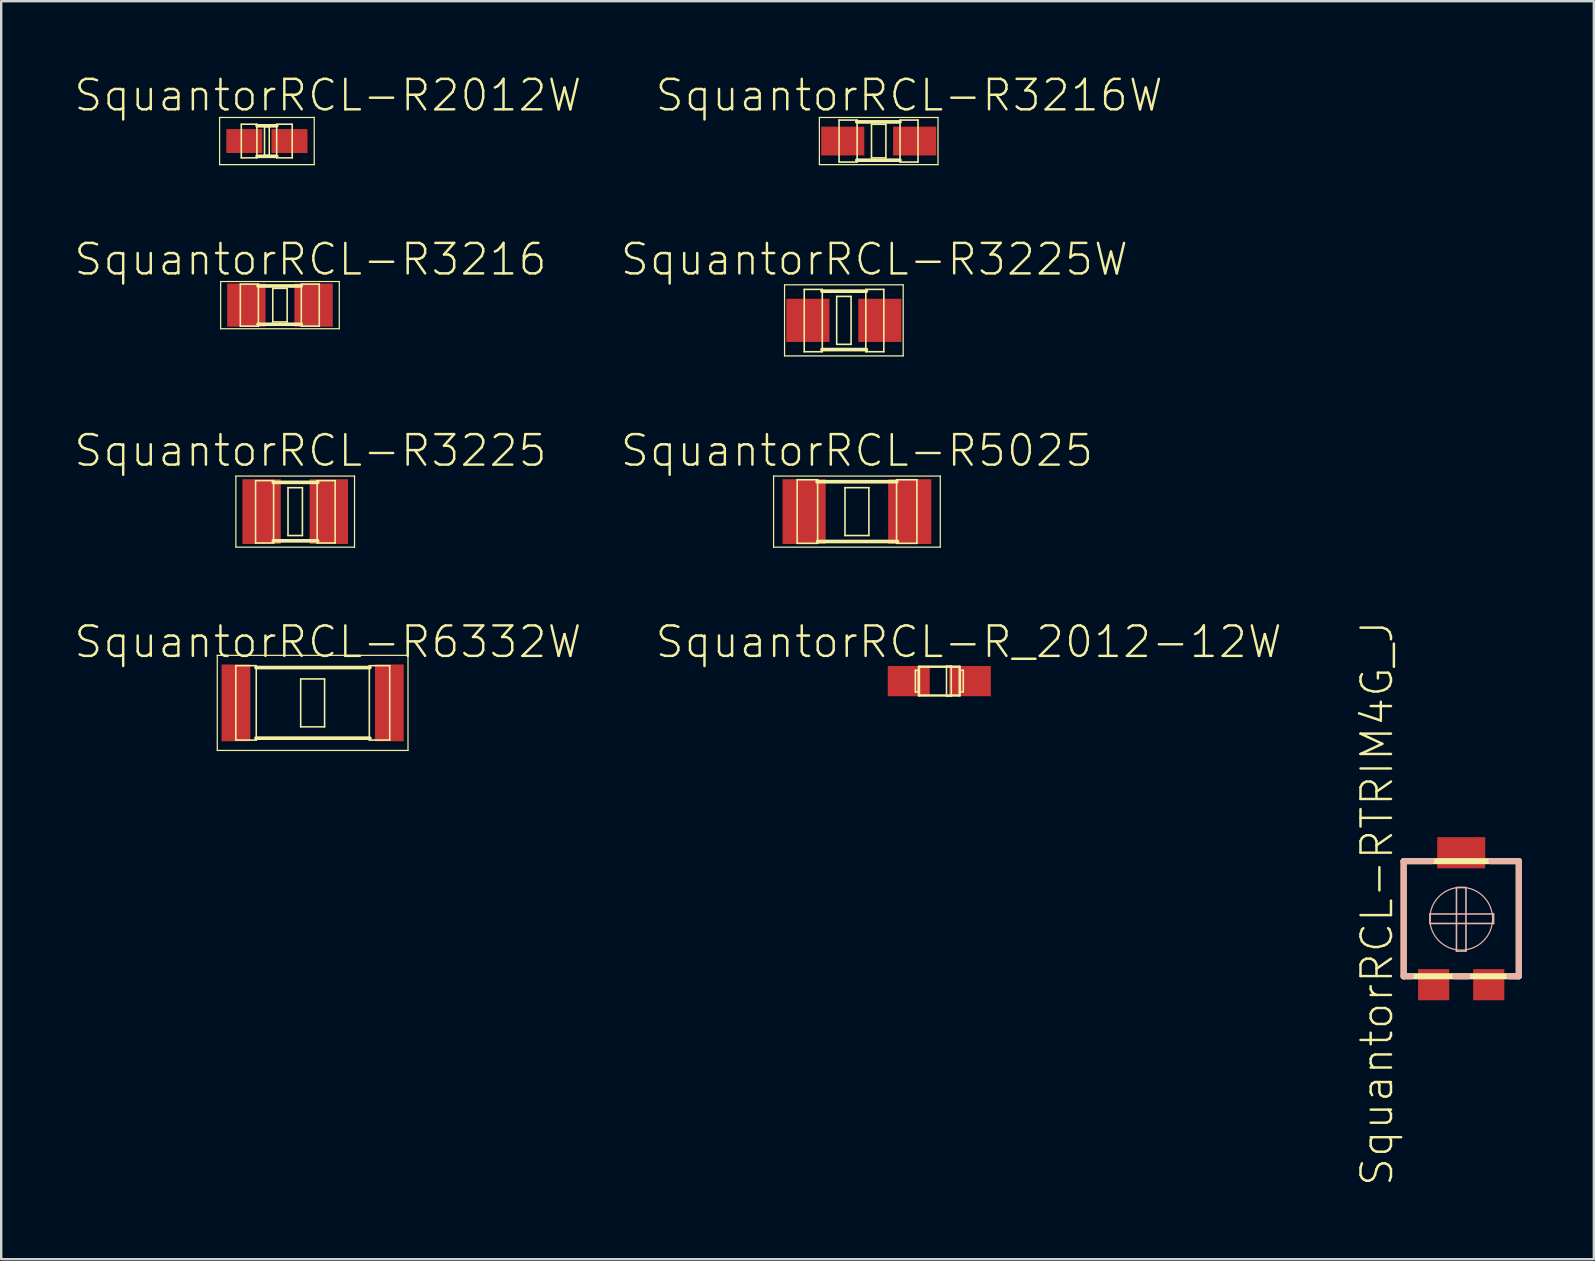
<source format=kicad_pcb>
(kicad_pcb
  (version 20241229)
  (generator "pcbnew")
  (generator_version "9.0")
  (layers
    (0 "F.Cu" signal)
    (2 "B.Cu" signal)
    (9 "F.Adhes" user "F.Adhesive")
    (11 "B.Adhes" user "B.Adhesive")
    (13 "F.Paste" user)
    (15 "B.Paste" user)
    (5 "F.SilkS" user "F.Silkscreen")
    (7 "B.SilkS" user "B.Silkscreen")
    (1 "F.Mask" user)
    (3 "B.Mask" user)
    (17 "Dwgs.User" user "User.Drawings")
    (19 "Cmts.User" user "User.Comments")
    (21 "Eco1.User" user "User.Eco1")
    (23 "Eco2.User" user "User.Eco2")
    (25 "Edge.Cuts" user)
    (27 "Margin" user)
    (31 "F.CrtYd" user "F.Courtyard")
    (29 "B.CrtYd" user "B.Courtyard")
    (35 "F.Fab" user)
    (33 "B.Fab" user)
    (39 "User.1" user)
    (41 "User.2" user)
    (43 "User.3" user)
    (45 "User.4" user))
  (footprint "SquantorRCL-R3216W"
    (layer "F.Cu")
    (at 33.556 2.826)
    (property "Reference" "SquantorRCL-R3216W" (at 1.27 -1.905 0) (layer "F.SilkS") (effects (font (size 1.27 1.27) (thickness 0.102))))
    (attr smd)
    (fp_line (start -2.471 -0.983) (end 2.471 -0.983) (stroke (width 0.051) (type solid)) (layer "F.SilkS"))
    (fp_line (start -2.471 0.983) (end -2.471 -0.983) (stroke (width 0.051) (type solid)) (layer "F.SilkS"))
    (fp_line (start -1.651 -0.874) (end -0.899 -0.874) (stroke (width 0.066) (type solid)) (layer "F.SilkS"))
    (fp_line (start -1.651 0.876) (end -1.651 -0.874) (stroke (width 0.066) (type solid)) (layer "F.SilkS"))
    (fp_line (start -1.651 0.876) (end -0.899 0.876) (stroke (width 0.066) (type solid)) (layer "F.SilkS"))
    (fp_line (start -0.912 -0.798) (end 0.886 -0.798) (stroke (width 0.152) (type solid)) (layer "F.SilkS"))
    (fp_line (start -0.912 0.798) (end 0.886 0.798) (stroke (width 0.152) (type solid)) (layer "F.SilkS"))
    (fp_line (start -0.899 0.876) (end -0.899 -0.874) (stroke (width 0.066) (type solid)) (layer "F.SilkS"))
    (fp_line (start -0.3 -0.699) (end 0.3 -0.699) (stroke (width 0.066) (type solid)) (layer "F.SilkS"))
    (fp_line (start -0.3 0.699) (end -0.3 -0.699) (stroke (width 0.066) (type solid)) (layer "F.SilkS"))
    (fp_line (start -0.3 0.699) (end 0.3 0.699) (stroke (width 0.066) (type solid)) (layer "F.SilkS"))
    (fp_line (start 0.3 0.699) (end 0.3 -0.699) (stroke (width 0.066) (type solid)) (layer "F.SilkS"))
    (fp_line (start 0.889 -0.874) (end 1.638 -0.874) (stroke (width 0.066) (type solid)) (layer "F.SilkS"))
    (fp_line (start 0.889 0.876) (end 0.889 -0.874) (stroke (width 0.066) (type solid)) (layer "F.SilkS"))
    (fp_line (start 0.889 0.876) (end 1.638 0.876) (stroke (width 0.066) (type solid)) (layer "F.SilkS"))
    (fp_line (start 1.638 0.876) (end 1.638 -0.874) (stroke (width 0.066) (type solid)) (layer "F.SilkS"))
    (fp_line (start 2.471 -0.983) (end 2.471 0.983) (stroke (width 0.051) (type solid)) (layer "F.SilkS"))
    (fp_line (start 2.471 0.983) (end -2.471 0.983) (stroke (width 0.051) (type solid)) (layer "F.SilkS"))
    (pad "1" smd rect (at -1.499 0) (size 1.798 1.199) (layers "F.Cu" "F.Mask" "F.Paste"))
    (pad "2" smd rect (at 1.499 0) (size 1.798 1.199) (layers "F.Cu" "F.Mask" "F.Paste")))
  (footprint "SquantorRCL-R5025"
    (layer "F.Cu")
    (at 32.649 18.263)
    (property "Reference" "SquantorRCL-R5025" (at 0 -2.54 0) (layer "F.SilkS") (effects (font (size 1.27 1.27) (thickness 0.102))))
    (attr smd)
    (fp_line (start -3.472 -1.481) (end 3.472 -1.481) (stroke (width 0.051) (type solid)) (layer "F.SilkS"))
    (fp_line (start -3.472 1.481) (end -3.472 -1.481) (stroke (width 0.051) (type solid)) (layer "F.SilkS"))
    (fp_line (start -2.489 -1.328) (end -1.638 -1.328) (stroke (width 0.066) (type solid)) (layer "F.SilkS"))
    (fp_line (start -2.489 1.321) (end -2.489 -1.328) (stroke (width 0.066) (type solid)) (layer "F.SilkS"))
    (fp_line (start -2.489 1.321) (end -1.638 1.321) (stroke (width 0.066) (type solid)) (layer "F.SilkS"))
    (fp_line (start -1.661 -1.245) (end 1.661 -1.245) (stroke (width 0.152) (type solid)) (layer "F.SilkS"))
    (fp_line (start -1.638 1.321) (end -1.638 -1.328) (stroke (width 0.066) (type solid)) (layer "F.SilkS"))
    (fp_line (start -1.636 1.245) (end 1.687 1.245) (stroke (width 0.152) (type solid)) (layer "F.SilkS"))
    (fp_line (start -0.498 -0.998) (end 0.498 -0.998) (stroke (width 0.066) (type solid)) (layer "F.SilkS"))
    (fp_line (start -0.498 0.998) (end -0.498 -0.998) (stroke (width 0.066) (type solid)) (layer "F.SilkS"))
    (fp_line (start -0.498 0.998) (end 0.498 0.998) (stroke (width 0.066) (type solid)) (layer "F.SilkS"))
    (fp_line (start 0.498 0.998) (end 0.498 -0.998) (stroke (width 0.066) (type solid)) (layer "F.SilkS"))
    (fp_line (start 1.651 -1.328) (end 2.499 -1.328) (stroke (width 0.066) (type solid)) (layer "F.SilkS"))
    (fp_line (start 1.651 1.321) (end 1.651 -1.328) (stroke (width 0.066) (type solid)) (layer "F.SilkS"))
    (fp_line (start 1.651 1.321) (end 2.499 1.321) (stroke (width 0.066) (type solid)) (layer "F.SilkS"))
    (fp_line (start 2.499 1.321) (end 2.499 -1.328) (stroke (width 0.066) (type solid)) (layer "F.SilkS"))
    (fp_line (start 3.472 -1.481) (end 3.472 1.481) (stroke (width 0.051) (type solid)) (layer "F.SilkS"))
    (fp_line (start 3.472 1.481) (end -3.472 1.481) (stroke (width 0.051) (type solid)) (layer "F.SilkS"))
    (pad "1" smd rect (at -2.2 0) (size 1.798 2.697) (layers "F.Cu" "F.Mask" "F.Paste"))
    (pad "2" smd rect (at 2.2 0) (size 1.798 2.697) (layers "F.Cu" "F.Mask" "F.Paste")))
  (footprint "SquantorRCL-R_2012-12W"
    (layer "F.Cu")
    (at 36.081 25.324)
    (property "Reference" "SquantorRCL-R_2012-12W" (at 1.224 -1.633 0) (layer "F.SilkS") (effects (font (size 1.27 1.27) (thickness 0.102))))
    (attr smd)
    (fp_line (start -0.998 -0.45) (end -0.874 -0.45) (stroke (width 0.066) (type solid)) (layer "F.SilkS"))
    (fp_line (start -0.998 0.45) (end -0.998 -0.45) (stroke (width 0.066) (type solid)) (layer "F.SilkS"))
    (fp_line (start -0.998 0.45) (end -0.874 0.45) (stroke (width 0.066) (type solid)) (layer "F.SilkS"))
    (fp_line (start -0.874 0.45) (end -0.874 -0.45) (stroke (width 0.066) (type solid)) (layer "F.SilkS"))
    (fp_line (start -0.848 -0.599) (end 0.848 -0.599) (stroke (width 0.102) (type solid)) (layer "F.SilkS"))
    (fp_line (start -0.848 0.599) (end -0.848 -0.599) (stroke (width 0.102) (type solid)) (layer "F.SilkS"))
    (fp_line (start 0.3 -0.625) (end 0.498 -0.625) (stroke (width 0.066) (type solid)) (layer "F.SilkS"))
    (fp_line (start 0.3 0.625) (end 0.3 -0.625) (stroke (width 0.066) (type solid)) (layer "F.SilkS"))
    (fp_line (start 0.3 0.625) (end 0.498 0.625) (stroke (width 0.066) (type solid)) (layer "F.SilkS"))
    (fp_line (start 0.498 0.625) (end 0.498 -0.625) (stroke (width 0.066) (type solid)) (layer "F.SilkS"))
    (fp_line (start 0.848 -0.599) (end 0.848 0.599) (stroke (width 0.102) (type solid)) (layer "F.SilkS"))
    (fp_line (start 0.848 0.599) (end -0.848 0.599) (stroke (width 0.102) (type solid)) (layer "F.SilkS"))
    (fp_line (start 0.874 -0.45) (end 0.998 -0.45) (stroke (width 0.066) (type solid)) (layer "F.SilkS"))
    (fp_line (start 0.874 0.45) (end 0.874 -0.45) (stroke (width 0.066) (type solid)) (layer "F.SilkS"))
    (fp_line (start 0.874 0.45) (end 0.998 0.45) (stroke (width 0.066) (type solid)) (layer "F.SilkS"))
    (fp_line (start 0.998 0.45) (end 0.998 -0.45) (stroke (width 0.066) (type solid)) (layer "F.SilkS"))
    (pad "+" smd rect (at 1.273 0) (size 1.748 1.26) (layers "F.Cu" "F.Mask" "F.Paste"))
    (pad "-" smd rect (at -1.273 0) (size 1.748 1.26) (layers "F.Cu" "F.Mask" "F.Paste")))
  (footprint "SquantorRCL-R6332W"
    (layer "F.Cu")
    (at 9.974 26.231)
    (property "Reference" "SquantorRCL-R6332W" (at 0.635 -2.54 0) (layer "F.SilkS") (effects (font (size 1.27 1.27) (thickness 0.102))))
    (attr smd)
    (fp_line (start -3.973 -1.981) (end 3.973 -1.981) (stroke (width 0.051) (type solid)) (layer "F.SilkS"))
    (fp_line (start -3.973 1.981) (end -3.973 -1.981) (stroke (width 0.051) (type solid)) (layer "F.SilkS"))
    (fp_line (start -3.2 -1.549) (end -2.349 -1.549) (stroke (width 0.066) (type solid)) (layer "F.SilkS"))
    (fp_line (start -3.2 1.549) (end -3.2 -1.549) (stroke (width 0.066) (type solid)) (layer "F.SilkS"))
    (fp_line (start -3.2 1.549) (end -2.349 1.549) (stroke (width 0.066) (type solid)) (layer "F.SilkS"))
    (fp_line (start -2.36 -1.471) (end 2.385 -1.471) (stroke (width 0.152) (type solid)) (layer "F.SilkS"))
    (fp_line (start -2.36 1.471) (end 2.385 1.471) (stroke (width 0.152) (type solid)) (layer "F.SilkS"))
    (fp_line (start -2.349 1.549) (end -2.349 -1.549) (stroke (width 0.066) (type solid)) (layer "F.SilkS"))
    (fp_line (start -0.498 -0.998) (end 0.498 -0.998) (stroke (width 0.066) (type solid)) (layer "F.SilkS"))
    (fp_line (start -0.498 0.998) (end -0.498 -0.998) (stroke (width 0.066) (type solid)) (layer "F.SilkS"))
    (fp_line (start -0.498 0.998) (end 0.498 0.998) (stroke (width 0.066) (type solid)) (layer "F.SilkS"))
    (fp_line (start 0.498 0.998) (end 0.498 -0.998) (stroke (width 0.066) (type solid)) (layer "F.SilkS"))
    (fp_line (start 2.362 -1.549) (end 3.211 -1.549) (stroke (width 0.066) (type solid)) (layer "F.SilkS"))
    (fp_line (start 2.362 1.549) (end 2.362 -1.549) (stroke (width 0.066) (type solid)) (layer "F.SilkS"))
    (fp_line (start 2.362 1.549) (end 3.211 1.549) (stroke (width 0.066) (type solid)) (layer "F.SilkS"))
    (fp_line (start 3.211 1.549) (end 3.211 -1.549) (stroke (width 0.066) (type solid)) (layer "F.SilkS"))
    (fp_line (start 3.973 -1.981) (end 3.973 1.981) (stroke (width 0.051) (type solid)) (layer "F.SilkS"))
    (fp_line (start 3.973 1.981) (end -3.973 1.981) (stroke (width 0.051) (type solid)) (layer "F.SilkS"))
    (pad "1" smd rect (at -3.195 0) (size 1.199 3.198) (layers "F.Cu" "F.Mask" "F.Paste"))
    (pad "2" smd rect (at 3.195 0) (size 1.199 3.198) (layers "F.Cu" "F.Mask" "F.Paste")))
  (footprint "SquantorRCL-R3225"
    (layer "F.Cu")
    (at 9.248 18.263)
    (property "Reference" "SquantorRCL-R3225" (at 0.635 -2.54 0) (layer "F.SilkS") (effects (font (size 1.27 1.27) (thickness 0.102))))
    (attr smd)
    (fp_line (start -2.471 -1.481) (end 2.471 -1.481) (stroke (width 0.051) (type solid)) (layer "F.SilkS"))
    (fp_line (start -2.471 1.481) (end -2.471 -1.481) (stroke (width 0.051) (type solid)) (layer "F.SilkS"))
    (fp_line (start -1.651 -1.29) (end -0.899 -1.29) (stroke (width 0.066) (type solid)) (layer "F.SilkS"))
    (fp_line (start -1.651 1.308) (end -1.651 -1.29) (stroke (width 0.066) (type solid)) (layer "F.SilkS"))
    (fp_line (start -1.651 1.308) (end -0.899 1.308) (stroke (width 0.066) (type solid)) (layer "F.SilkS"))
    (fp_line (start -0.912 -1.217) (end 0.937 -1.217) (stroke (width 0.152) (type solid)) (layer "F.SilkS"))
    (fp_line (start -0.912 1.217) (end 0.937 1.217) (stroke (width 0.152) (type solid)) (layer "F.SilkS"))
    (fp_line (start -0.899 1.308) (end -0.899 -1.29) (stroke (width 0.066) (type solid)) (layer "F.SilkS"))
    (fp_line (start -0.3 -0.998) (end 0.3 -0.998) (stroke (width 0.066) (type solid)) (layer "F.SilkS"))
    (fp_line (start -0.3 0.998) (end -0.3 -0.998) (stroke (width 0.066) (type solid)) (layer "F.SilkS"))
    (fp_line (start -0.3 0.998) (end 0.3 0.998) (stroke (width 0.066) (type solid)) (layer "F.SilkS"))
    (fp_line (start 0.3 0.998) (end 0.3 -0.998) (stroke (width 0.066) (type solid)) (layer "F.SilkS"))
    (fp_line (start 0.914 -1.29) (end 1.664 -1.29) (stroke (width 0.066) (type solid)) (layer "F.SilkS"))
    (fp_line (start 0.914 1.308) (end 0.914 -1.29) (stroke (width 0.066) (type solid)) (layer "F.SilkS"))
    (fp_line (start 0.914 1.308) (end 1.664 1.308) (stroke (width 0.066) (type solid)) (layer "F.SilkS"))
    (fp_line (start 1.664 1.308) (end 1.664 -1.29) (stroke (width 0.066) (type solid)) (layer "F.SilkS"))
    (fp_line (start 2.471 -1.481) (end 2.471 1.481) (stroke (width 0.051) (type solid)) (layer "F.SilkS"))
    (fp_line (start 2.471 1.481) (end -2.471 1.481) (stroke (width 0.051) (type solid)) (layer "F.SilkS"))
    (pad "1" smd rect (at -1.4 0) (size 1.598 2.697) (layers "F.Cu" "F.Mask" "F.Paste"))
    (pad "2" smd rect (at 1.4 0) (size 1.598 2.697) (layers "F.Cu" "F.Mask" "F.Paste")))
  (footprint "SquantorRCL-RTRIM4G_J"
    (layer "F.Cu")
    (at 57.823 35.223)
    (property "Reference" "SquantorRCL-RTRIM4G_J" (at -3.508 -0.635 90) (layer "F.SilkS") (effects (font (size 1.27 1.27) (thickness 0.102))))
    (attr smd)
    (fp_line (start -2.398 -2.398) (end -2.398 2.398) (stroke (width 0.254) (type solid)) (layer "F.SilkS"))
    (fp_line (start -2.398 2.398) (end 2.398 2.398) (stroke (width 0.254) (type solid)) (layer "F.SilkS"))
    (fp_line (start 2.398 -2.398) (end -2.398 -2.398) (stroke (width 0.254) (type solid)) (layer "F.SilkS"))
    (fp_line (start 2.398 2.398) (end 2.398 -2.398) (stroke (width 0.254) (type solid)) (layer "F.SilkS"))
    (fp_line (start -2.398 -2.398) (end -1.25 -2.398) (stroke (width 0.254) (type solid)) (layer "B.SilkS"))
    (fp_line (start -2.398 2.398) (end -2.398 -2.398) (stroke (width 0.254) (type solid)) (layer "B.SilkS"))
    (fp_line (start -2.098 2.398) (end -2.398 2.398) (stroke (width 0.254) (type solid)) (layer "B.SilkS"))
    (fp_line (start -1.298 -0.198) (end 1.349 -0.198) (stroke (width 0.066) (type solid)) (layer "B.SilkS"))
    (fp_line (start -1.298 0.198) (end -1.298 -0.198) (stroke (width 0.066) (type solid)) (layer "B.SilkS"))
    (fp_line (start -1.298 0.198) (end 1.349 0.198) (stroke (width 0.066) (type solid)) (layer "B.SilkS"))
    (fp_line (start -0.249 2.398) (end 0.249 2.398) (stroke (width 0.254) (type solid)) (layer "B.SilkS"))
    (fp_line (start -0.198 -1.298) (end 0.198 -1.298) (stroke (width 0.066) (type solid)) (layer "B.SilkS"))
    (fp_line (start -0.198 1.349) (end -0.198 -1.298) (stroke (width 0.066) (type solid)) (layer "B.SilkS"))
    (fp_line (start -0.198 1.349) (end 0.198 1.349) (stroke (width 0.066) (type solid)) (layer "B.SilkS"))
    (fp_line (start 0.198 1.349) (end 0.198 -1.298) (stroke (width 0.066) (type solid)) (layer "B.SilkS"))
    (fp_line (start 1.349 0.198) (end 1.349 -0.198) (stroke (width 0.066) (type solid)) (layer "B.SilkS"))
    (fp_line (start 1.999 2.398) (end 2.398 2.398) (stroke (width 0.254) (type solid)) (layer "B.SilkS"))
    (fp_line (start 2.398 -2.398) (end 1.25 -2.398) (stroke (width 0.254) (type solid)) (layer "B.SilkS"))
    (fp_line (start 2.398 2.398) (end 2.398 -2.398) (stroke (width 0.254) (type solid)) (layer "B.SilkS"))
    (fp_circle (center 0 0) (end -0.925 0.925) (stroke (width 0.051) (type solid)) (fill no) (layer "B.SilkS"))
    (pad "1" smd rect (at -1.148 2.748) (size 1.298 1.298) (layers "F.Cu" "F.Mask" "F.Paste"))
    (pad "2" smd rect (at 0 -2.748) (size 1.999 1.298) (layers "F.Cu" "F.Mask" "F.Paste"))
    (pad "3" smd rect (at 1.148 2.748) (size 1.298 1.298) (layers "F.Cu" "F.Mask" "F.Paste")))
  (footprint "SquantorRCL-R3225W"
    (layer "F.Cu")
    (at 32.105 10.296)
    (property "Reference" "SquantorRCL-R3225W" (at 1.27 -2.54 0) (layer "F.SilkS") (effects (font (size 1.27 1.27) (thickness 0.102))))
    (attr smd)
    (fp_line (start -2.471 -1.481) (end 2.471 -1.481) (stroke (width 0.051) (type solid)) (layer "F.SilkS"))
    (fp_line (start -2.471 1.481) (end -2.471 -1.481) (stroke (width 0.051) (type solid)) (layer "F.SilkS"))
    (fp_line (start -1.651 -1.29) (end -0.899 -1.29) (stroke (width 0.066) (type solid)) (layer "F.SilkS"))
    (fp_line (start -1.651 1.308) (end -1.651 -1.29) (stroke (width 0.066) (type solid)) (layer "F.SilkS"))
    (fp_line (start -1.651 1.308) (end -0.899 1.308) (stroke (width 0.066) (type solid)) (layer "F.SilkS"))
    (fp_line (start -0.912 -1.217) (end 0.937 -1.217) (stroke (width 0.152) (type solid)) (layer "F.SilkS"))
    (fp_line (start -0.912 1.217) (end 0.937 1.217) (stroke (width 0.152) (type solid)) (layer "F.SilkS"))
    (fp_line (start -0.899 1.308) (end -0.899 -1.29) (stroke (width 0.066) (type solid)) (layer "F.SilkS"))
    (fp_line (start -0.3 -0.998) (end 0.3 -0.998) (stroke (width 0.066) (type solid)) (layer "F.SilkS"))
    (fp_line (start -0.3 0.998) (end -0.3 -0.998) (stroke (width 0.066) (type solid)) (layer "F.SilkS"))
    (fp_line (start -0.3 0.998) (end 0.3 0.998) (stroke (width 0.066) (type solid)) (layer "F.SilkS"))
    (fp_line (start 0.3 0.998) (end 0.3 -0.998) (stroke (width 0.066) (type solid)) (layer "F.SilkS"))
    (fp_line (start 0.914 -1.29) (end 1.664 -1.29) (stroke (width 0.066) (type solid)) (layer "F.SilkS"))
    (fp_line (start 0.914 1.308) (end 0.914 -1.29) (stroke (width 0.066) (type solid)) (layer "F.SilkS"))
    (fp_line (start 0.914 1.308) (end 1.664 1.308) (stroke (width 0.066) (type solid)) (layer "F.SilkS"))
    (fp_line (start 1.664 1.308) (end 1.664 -1.29) (stroke (width 0.066) (type solid)) (layer "F.SilkS"))
    (fp_line (start 2.471 -1.481) (end 2.471 1.481) (stroke (width 0.051) (type solid)) (layer "F.SilkS"))
    (fp_line (start 2.471 1.481) (end -2.471 1.481) (stroke (width 0.051) (type solid)) (layer "F.SilkS"))
    (pad "1" smd rect (at -1.499 0) (size 1.798 1.798) (layers "F.Cu" "F.Mask" "F.Paste"))
    (pad "2" smd rect (at 1.499 0) (size 1.798 1.798) (layers "F.Cu" "F.Mask" "F.Paste")))
  (footprint "SquantorRCL-R3216"
    (layer "F.Cu")
    (at 8.613 9.661)
    (property "Reference" "SquantorRCL-R3216" (at 1.27 -1.905 0) (layer "F.SilkS") (effects (font (size 1.27 1.27) (thickness 0.102))))
    (attr smd)
    (fp_line (start -2.471 -0.983) (end 2.471 -0.983) (stroke (width 0.051) (type solid)) (layer "F.SilkS"))
    (fp_line (start -2.471 0.983) (end -2.471 -0.983) (stroke (width 0.051) (type solid)) (layer "F.SilkS"))
    (fp_line (start -1.651 -0.874) (end -0.899 -0.874) (stroke (width 0.066) (type solid)) (layer "F.SilkS"))
    (fp_line (start -1.651 0.876) (end -1.651 -0.874) (stroke (width 0.066) (type solid)) (layer "F.SilkS"))
    (fp_line (start -1.651 0.876) (end -0.899 0.876) (stroke (width 0.066) (type solid)) (layer "F.SilkS"))
    (fp_line (start -0.912 -0.798) (end 0.886 -0.798) (stroke (width 0.152) (type solid)) (layer "F.SilkS"))
    (fp_line (start -0.912 0.798) (end 0.886 0.798) (stroke (width 0.152) (type solid)) (layer "F.SilkS"))
    (fp_line (start -0.899 0.876) (end -0.899 -0.874) (stroke (width 0.066) (type solid)) (layer "F.SilkS"))
    (fp_line (start -0.3 -0.699) (end 0.3 -0.699) (stroke (width 0.066) (type solid)) (layer "F.SilkS"))
    (fp_line (start -0.3 0.699) (end -0.3 -0.699) (stroke (width 0.066) (type solid)) (layer "F.SilkS"))
    (fp_line (start -0.3 0.699) (end 0.3 0.699) (stroke (width 0.066) (type solid)) (layer "F.SilkS"))
    (fp_line (start 0.3 0.699) (end 0.3 -0.699) (stroke (width 0.066) (type solid)) (layer "F.SilkS"))
    (fp_line (start 0.889 -0.874) (end 1.638 -0.874) (stroke (width 0.066) (type solid)) (layer "F.SilkS"))
    (fp_line (start 0.889 0.876) (end 0.889 -0.874) (stroke (width 0.066) (type solid)) (layer "F.SilkS"))
    (fp_line (start 0.889 0.876) (end 1.638 0.876) (stroke (width 0.066) (type solid)) (layer "F.SilkS"))
    (fp_line (start 1.638 0.876) (end 1.638 -0.874) (stroke (width 0.066) (type solid)) (layer "F.SilkS"))
    (fp_line (start 2.471 -0.983) (end 2.471 0.983) (stroke (width 0.051) (type solid)) (layer "F.SilkS"))
    (fp_line (start 2.471 0.983) (end -2.471 0.983) (stroke (width 0.051) (type solid)) (layer "F.SilkS"))
    (pad "1" smd rect (at -1.4 0) (size 1.598 1.798) (layers "F.Cu" "F.Mask" "F.Paste"))
    (pad "2" smd rect (at 1.4 0) (size 1.598 1.798) (layers "F.Cu" "F.Mask" "F.Paste")))
  (footprint "SquantorRCL-R2012W"
    (layer "F.Cu")
    (at 8.069 2.826)
    (property "Reference" "SquantorRCL-R2012W" (at 2.54 -1.905 0) (layer "F.SilkS") (effects (font (size 1.27 1.27) (thickness 0.102))))
    (attr smd)
    (fp_line (start -1.971 -0.983) (end 1.971 -0.983) (stroke (width 0.051) (type solid)) (layer "F.SilkS"))
    (fp_line (start -1.971 0.983) (end -1.971 -0.983) (stroke (width 0.051) (type solid)) (layer "F.SilkS"))
    (fp_line (start -1.067 -0.701) (end -0.417 -0.701) (stroke (width 0.066) (type solid)) (layer "F.SilkS"))
    (fp_line (start -1.067 0.699) (end -1.067 -0.701) (stroke (width 0.066) (type solid)) (layer "F.SilkS"))
    (fp_line (start -1.067 0.699) (end -0.417 0.699) (stroke (width 0.066) (type solid)) (layer "F.SilkS"))
    (fp_line (start -0.417 0.699) (end -0.417 -0.701) (stroke (width 0.066) (type solid)) (layer "F.SilkS"))
    (fp_line (start -0.409 -0.635) (end 0.409 -0.635) (stroke (width 0.152) (type solid)) (layer "F.SilkS"))
    (fp_line (start -0.409 0.635) (end 0.409 0.635) (stroke (width 0.152) (type solid)) (layer "F.SilkS"))
    (fp_line (start -0.099 -0.599) (end 0.099 -0.599) (stroke (width 0.066) (type solid)) (layer "F.SilkS"))
    (fp_line (start -0.099 0.599) (end -0.099 -0.599) (stroke (width 0.066) (type solid)) (layer "F.SilkS"))
    (fp_line (start -0.099 0.599) (end 0.099 0.599) (stroke (width 0.066) (type solid)) (layer "F.SilkS"))
    (fp_line (start 0.099 0.599) (end 0.099 -0.599) (stroke (width 0.066) (type solid)) (layer "F.SilkS"))
    (fp_line (start 0.406 -0.701) (end 1.054 -0.701) (stroke (width 0.066) (type solid)) (layer "F.SilkS"))
    (fp_line (start 0.406 0.699) (end 0.406 -0.701) (stroke (width 0.066) (type solid)) (layer "F.SilkS"))
    (fp_line (start 0.406 0.699) (end 1.054 0.699) (stroke (width 0.066) (type solid)) (layer "F.SilkS"))
    (fp_line (start 1.054 0.699) (end 1.054 -0.701) (stroke (width 0.066) (type solid)) (layer "F.SilkS"))
    (fp_line (start 1.971 -0.983) (end 1.971 0.983) (stroke (width 0.051) (type solid)) (layer "F.SilkS"))
    (fp_line (start 1.971 0.983) (end -1.971 0.983) (stroke (width 0.051) (type solid)) (layer "F.SilkS"))
    (pad "1" smd rect (at -0.94 0) (size 1.499 0.998) (layers "F.Cu" "F.Mask" "F.Paste"))
    (pad "2" smd rect (at 0.94 0) (size 1.499 0.998) (layers "F.Cu" "F.Mask" "F.Paste")))
  (gr_rect
    (start -3 -3)
    (end 63.348 49.406)
    (stroke (width 0.1) (type default))
    (fill no)
    (layer "Edge.Cuts")))
</source>
